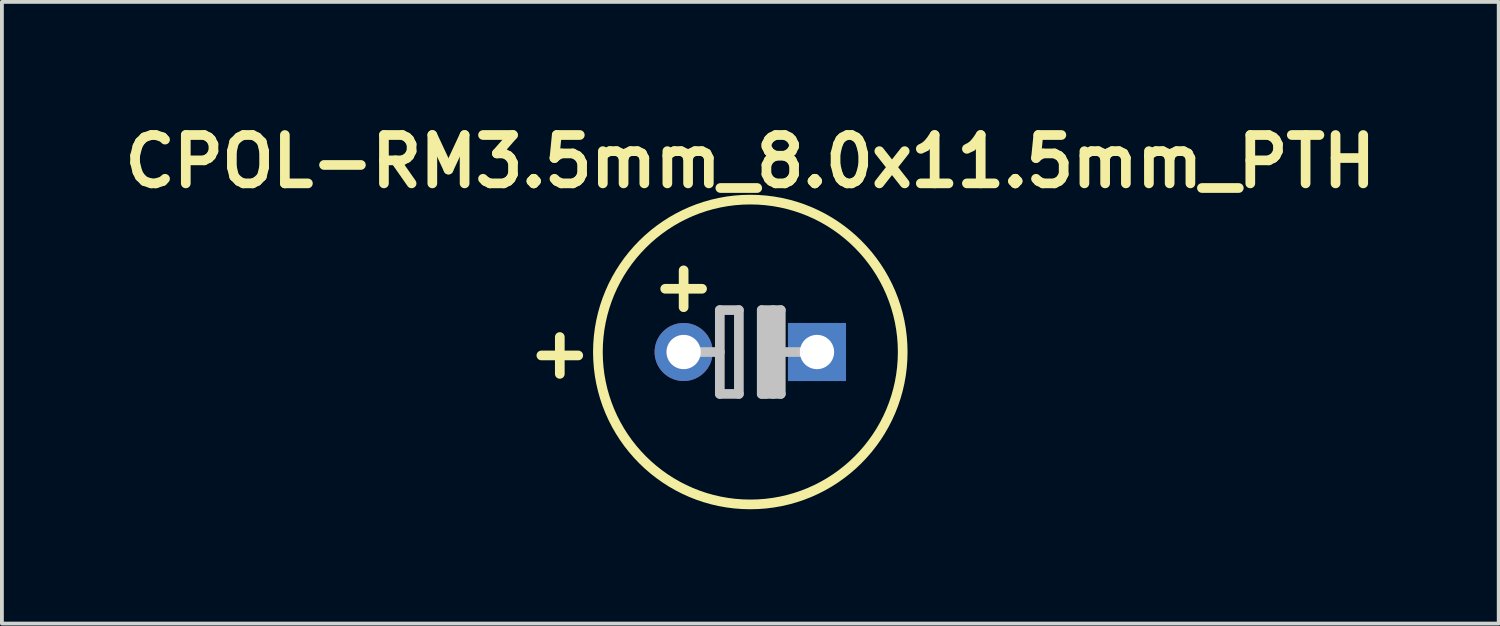
<source format=kicad_pcb>
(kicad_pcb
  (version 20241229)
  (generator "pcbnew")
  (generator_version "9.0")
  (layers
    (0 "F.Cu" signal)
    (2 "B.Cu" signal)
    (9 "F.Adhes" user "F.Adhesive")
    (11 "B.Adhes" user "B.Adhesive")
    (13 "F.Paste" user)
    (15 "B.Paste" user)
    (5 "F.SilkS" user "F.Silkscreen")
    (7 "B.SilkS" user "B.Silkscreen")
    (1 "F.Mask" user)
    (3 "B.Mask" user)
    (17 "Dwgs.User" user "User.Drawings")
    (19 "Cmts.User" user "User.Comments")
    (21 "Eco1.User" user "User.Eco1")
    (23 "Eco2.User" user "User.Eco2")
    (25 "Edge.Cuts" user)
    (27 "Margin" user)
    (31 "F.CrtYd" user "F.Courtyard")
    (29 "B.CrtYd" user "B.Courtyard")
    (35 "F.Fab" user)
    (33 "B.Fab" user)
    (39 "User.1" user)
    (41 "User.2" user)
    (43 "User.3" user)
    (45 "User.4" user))
  (footprint "CPOL-RM3.5mm_8.0x11.5mm_PTH"
    (layer "F.Cu")
    (at 16.643 6.189)
    (property "Reference" "CPOL-RM3.5mm_8.0x11.5mm_PTH" (at 0 -5 0) (layer "F.SilkS") (effects (font (size 1.27 1.27) (thickness 0.254))))
    (attr through_hole)
    (fp_circle (center 0 0) (end -4 0) (stroke (width 0.254) (type solid)) (fill no) (layer "F.SilkS"))
    (fp_line (start -0.8 -1.1) (end -0.8 1.1) (stroke (width 0.254) (type solid)) (layer "Dwgs.User"))
    (fp_line (start -0.8 -1.1) (end -0.3 -1.1) (stroke (width 0.254) (type solid)) (layer "Dwgs.User"))
    (fp_line (start -0.8 0) (end -1.7 0) (stroke (width 0.254) (type solid)) (layer "Dwgs.User"))
    (fp_line (start -0.8 1.1) (end -0.3 1.1) (stroke (width 0.254) (type solid)) (layer "Dwgs.User"))
    (fp_line (start -0.3 -1.1) (end -0.3 1.1) (stroke (width 0.254) (type solid)) (layer "Dwgs.User"))
    (fp_line (start 0.3 -1.1) (end 0.3 1.1) (stroke (width 0.254) (type solid)) (layer "Dwgs.User"))
    (fp_line (start 0.3 -1.1) (end 0.8 -1.1) (stroke (width 0.254) (type solid)) (layer "Dwgs.User"))
    (fp_line (start 0.3 1.1) (end 0.8 1.1) (stroke (width 0.254) (type solid)) (layer "Dwgs.User"))
    (fp_line (start 0.4 -1) (end 0.4 1.1) (stroke (width 0.254) (type solid)) (layer "Dwgs.User"))
    (fp_line (start 0.6 -1.1) (end 0.6 1.1) (stroke (width 0.254) (type solid)) (layer "Dwgs.User"))
    (fp_line (start 0.8 -1.1) (end 0.8 1.1) (stroke (width 0.254) (type solid)) (layer "Dwgs.User"))
    (fp_line (start 1.7 0) (end 0.8 0) (stroke (width 0.254) (type solid)) (layer "Dwgs.User"))
    (fp_text user "+" (at -1.75 -1.75 0) (layer "F.SilkS") (effects (font (size 1.27 1.27) (thickness 0.254))))
    (fp_text user "+" (at -5 0 0) (layer "F.SilkS") (effects (font (size 1.27 1.27) (thickness 0.254))))
    (pad "1" thru_hole circle (at -1.75 0) (size 1.524 1.524) (drill 0.9) (layers "*.Cu" "*.Mask"))
    (pad "2" thru_hole rect (at 1.75 0) (size 1.524 1.524) (drill 0.9) (layers "*.Cu" "*.Mask")))
  (gr_rect
    (start -3 -3)
    (end 36.286 13.316)
    (stroke (width 0.1) (type default))
    (fill no)
    (layer "Edge.Cuts")))
</source>
